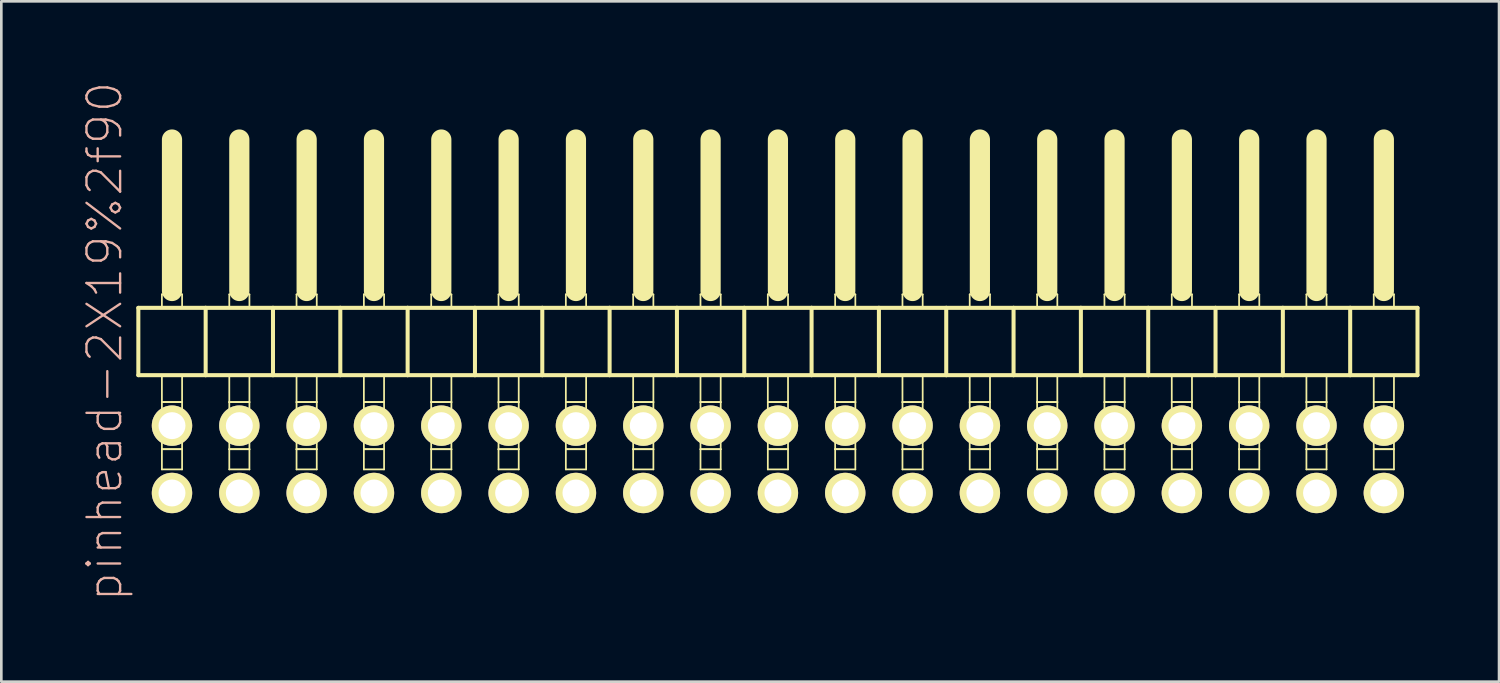
<source format=kicad_pcb>
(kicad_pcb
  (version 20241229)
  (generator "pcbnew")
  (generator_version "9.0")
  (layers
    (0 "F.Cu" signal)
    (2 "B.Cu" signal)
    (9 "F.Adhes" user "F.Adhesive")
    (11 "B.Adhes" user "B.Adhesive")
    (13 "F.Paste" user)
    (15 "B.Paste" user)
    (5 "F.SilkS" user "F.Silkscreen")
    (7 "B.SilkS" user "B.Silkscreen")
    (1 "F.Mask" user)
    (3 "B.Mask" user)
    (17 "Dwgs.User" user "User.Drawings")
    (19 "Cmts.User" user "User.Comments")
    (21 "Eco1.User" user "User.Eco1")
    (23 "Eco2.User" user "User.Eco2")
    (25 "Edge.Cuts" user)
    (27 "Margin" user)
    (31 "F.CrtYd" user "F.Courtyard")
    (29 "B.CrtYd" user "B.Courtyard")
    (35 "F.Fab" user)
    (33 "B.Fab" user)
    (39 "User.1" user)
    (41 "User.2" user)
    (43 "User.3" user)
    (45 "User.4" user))
  (footprint "pinhead-2X19%2f90"
    (layer "F.Cu")
    (at 26.299 9.199)
    (property "Reference" "pinhead-2X19%2f90" (at -25.4 0.635 90) (layer "B.SilkS") (effects (font (size 1.27 1.27) (thickness 0.089))))
    (attr exclude_from_pos_files exclude_from_bom)
    (fp_line (start -24.13 -0.635) (end -24.13 1.905) (stroke (width 0.152) (type solid)) (layer "F.SilkS"))
    (fp_line (start -24.13 1.905) (end -21.59 1.905) (stroke (width 0.152) (type solid)) (layer "F.SilkS"))
    (fp_line (start -23.241 -1.143) (end -22.479 -1.143) (stroke (width 0.066) (type solid)) (layer "F.SilkS"))
    (fp_line (start -23.241 -0.635) (end -23.241 -1.143) (stroke (width 0.066) (type solid)) (layer "F.SilkS"))
    (fp_line (start -23.241 -0.635) (end -22.479 -0.635) (stroke (width 0.066) (type solid)) (layer "F.SilkS"))
    (fp_line (start -23.241 1.905) (end -22.479 1.905) (stroke (width 0.066) (type solid)) (layer "F.SilkS"))
    (fp_line (start -23.241 2.921) (end -23.241 1.905) (stroke (width 0.066) (type solid)) (layer "F.SilkS"))
    (fp_line (start -23.241 2.921) (end -22.479 2.921) (stroke (width 0.066) (type solid)) (layer "F.SilkS"))
    (fp_line (start -23.241 2.921) (end -22.479 2.921) (stroke (width 0.066) (type solid)) (layer "F.SilkS"))
    (fp_line (start -23.241 4.699) (end -23.241 2.921) (stroke (width 0.066) (type solid)) (layer "F.SilkS"))
    (fp_line (start -23.241 4.699) (end -22.479 4.699) (stroke (width 0.066) (type solid)) (layer "F.SilkS"))
    (fp_line (start -23.241 4.699) (end -22.479 4.699) (stroke (width 0.066) (type solid)) (layer "F.SilkS"))
    (fp_line (start -23.241 5.461) (end -23.241 4.699) (stroke (width 0.066) (type solid)) (layer "F.SilkS"))
    (fp_line (start -23.241 5.461) (end -22.479 5.461) (stroke (width 0.066) (type solid)) (layer "F.SilkS"))
    (fp_line (start -22.86 -6.985) (end -22.86 -1.27) (stroke (width 0.762) (type solid)) (layer "F.SilkS"))
    (fp_line (start -22.479 -0.635) (end -22.479 -1.143) (stroke (width 0.066) (type solid)) (layer "F.SilkS"))
    (fp_line (start -22.479 2.921) (end -22.479 1.905) (stroke (width 0.066) (type solid)) (layer "F.SilkS"))
    (fp_line (start -22.479 4.699) (end -22.479 2.921) (stroke (width 0.066) (type solid)) (layer "F.SilkS"))
    (fp_line (start -22.479 5.461) (end -22.479 4.699) (stroke (width 0.066) (type solid)) (layer "F.SilkS"))
    (fp_line (start -21.59 -0.635) (end -24.13 -0.635) (stroke (width 0.152) (type solid)) (layer "F.SilkS"))
    (fp_line (start -21.59 1.905) (end -21.59 -0.635) (stroke (width 0.152) (type solid)) (layer "F.SilkS"))
    (fp_line (start -21.59 1.905) (end -19.05 1.905) (stroke (width 0.152) (type solid)) (layer "F.SilkS"))
    (fp_line (start -20.698 -1.143) (end -19.939 -1.143) (stroke (width 0.066) (type solid)) (layer "F.SilkS"))
    (fp_line (start -20.698 -0.635) (end -20.698 -1.143) (stroke (width 0.066) (type solid)) (layer "F.SilkS"))
    (fp_line (start -20.698 -0.635) (end -19.939 -0.635) (stroke (width 0.066) (type solid)) (layer "F.SilkS"))
    (fp_line (start -20.698 1.905) (end -19.939 1.905) (stroke (width 0.066) (type solid)) (layer "F.SilkS"))
    (fp_line (start -20.698 2.921) (end -20.698 1.905) (stroke (width 0.066) (type solid)) (layer "F.SilkS"))
    (fp_line (start -20.698 2.921) (end -19.939 2.921) (stroke (width 0.066) (type solid)) (layer "F.SilkS"))
    (fp_line (start -20.698 2.921) (end -19.939 2.921) (stroke (width 0.066) (type solid)) (layer "F.SilkS"))
    (fp_line (start -20.698 4.699) (end -20.698 2.921) (stroke (width 0.066) (type solid)) (layer "F.SilkS"))
    (fp_line (start -20.698 4.699) (end -19.939 4.699) (stroke (width 0.066) (type solid)) (layer "F.SilkS"))
    (fp_line (start -20.698 4.699) (end -19.939 4.699) (stroke (width 0.066) (type solid)) (layer "F.SilkS"))
    (fp_line (start -20.698 5.461) (end -20.698 4.699) (stroke (width 0.066) (type solid)) (layer "F.SilkS"))
    (fp_line (start -20.698 5.461) (end -19.939 5.461) (stroke (width 0.066) (type solid)) (layer "F.SilkS"))
    (fp_line (start -20.32 -6.985) (end -20.32 -1.27) (stroke (width 0.762) (type solid)) (layer "F.SilkS"))
    (fp_line (start -19.939 -0.635) (end -19.939 -1.143) (stroke (width 0.066) (type solid)) (layer "F.SilkS"))
    (fp_line (start -19.939 2.921) (end -19.939 1.905) (stroke (width 0.066) (type solid)) (layer "F.SilkS"))
    (fp_line (start -19.939 4.699) (end -19.939 2.921) (stroke (width 0.066) (type solid)) (layer "F.SilkS"))
    (fp_line (start -19.939 5.461) (end -19.939 4.699) (stroke (width 0.066) (type solid)) (layer "F.SilkS"))
    (fp_line (start -19.05 -0.635) (end -21.59 -0.635) (stroke (width 0.152) (type solid)) (layer "F.SilkS"))
    (fp_line (start -19.05 1.905) (end -19.05 -0.635) (stroke (width 0.152) (type solid)) (layer "F.SilkS"))
    (fp_line (start -19.05 1.905) (end -16.51 1.905) (stroke (width 0.152) (type solid)) (layer "F.SilkS"))
    (fp_line (start -18.161 -1.143) (end -17.399 -1.143) (stroke (width 0.066) (type solid)) (layer "F.SilkS"))
    (fp_line (start -18.161 -0.635) (end -18.161 -1.143) (stroke (width 0.066) (type solid)) (layer "F.SilkS"))
    (fp_line (start -18.161 -0.635) (end -17.399 -0.635) (stroke (width 0.066) (type solid)) (layer "F.SilkS"))
    (fp_line (start -18.161 1.905) (end -17.399 1.905) (stroke (width 0.066) (type solid)) (layer "F.SilkS"))
    (fp_line (start -18.161 2.921) (end -18.161 1.905) (stroke (width 0.066) (type solid)) (layer "F.SilkS"))
    (fp_line (start -18.161 2.921) (end -17.399 2.921) (stroke (width 0.066) (type solid)) (layer "F.SilkS"))
    (fp_line (start -18.161 2.921) (end -17.399 2.921) (stroke (width 0.066) (type solid)) (layer "F.SilkS"))
    (fp_line (start -18.161 4.699) (end -18.161 2.921) (stroke (width 0.066) (type solid)) (layer "F.SilkS"))
    (fp_line (start -18.161 4.699) (end -17.399 4.699) (stroke (width 0.066) (type solid)) (layer "F.SilkS"))
    (fp_line (start -18.161 4.699) (end -17.399 4.699) (stroke (width 0.066) (type solid)) (layer "F.SilkS"))
    (fp_line (start -18.161 5.461) (end -18.161 4.699) (stroke (width 0.066) (type solid)) (layer "F.SilkS"))
    (fp_line (start -18.161 5.461) (end -17.399 5.461) (stroke (width 0.066) (type solid)) (layer "F.SilkS"))
    (fp_line (start -17.78 -6.985) (end -17.78 -1.27) (stroke (width 0.762) (type solid)) (layer "F.SilkS"))
    (fp_line (start -17.399 -0.635) (end -17.399 -1.143) (stroke (width 0.066) (type solid)) (layer "F.SilkS"))
    (fp_line (start -17.399 2.921) (end -17.399 1.905) (stroke (width 0.066) (type solid)) (layer "F.SilkS"))
    (fp_line (start -17.399 4.699) (end -17.399 2.921) (stroke (width 0.066) (type solid)) (layer "F.SilkS"))
    (fp_line (start -17.399 5.461) (end -17.399 4.699) (stroke (width 0.066) (type solid)) (layer "F.SilkS"))
    (fp_line (start -16.51 -0.635) (end -19.05 -0.635) (stroke (width 0.152) (type solid)) (layer "F.SilkS"))
    (fp_line (start -16.51 1.905) (end -16.51 -0.635) (stroke (width 0.152) (type solid)) (layer "F.SilkS"))
    (fp_line (start -16.51 1.905) (end -13.97 1.905) (stroke (width 0.152) (type solid)) (layer "F.SilkS"))
    (fp_line (start -15.621 -1.143) (end -14.859 -1.143) (stroke (width 0.066) (type solid)) (layer "F.SilkS"))
    (fp_line (start -15.621 -0.635) (end -15.621 -1.143) (stroke (width 0.066) (type solid)) (layer "F.SilkS"))
    (fp_line (start -15.621 -0.635) (end -14.859 -0.635) (stroke (width 0.066) (type solid)) (layer "F.SilkS"))
    (fp_line (start -15.621 1.905) (end -14.859 1.905) (stroke (width 0.066) (type solid)) (layer "F.SilkS"))
    (fp_line (start -15.621 2.921) (end -15.621 1.905) (stroke (width 0.066) (type solid)) (layer "F.SilkS"))
    (fp_line (start -15.621 2.921) (end -14.859 2.921) (stroke (width 0.066) (type solid)) (layer "F.SilkS"))
    (fp_line (start -15.621 2.921) (end -14.859 2.921) (stroke (width 0.066) (type solid)) (layer "F.SilkS"))
    (fp_line (start -15.621 4.699) (end -15.621 2.921) (stroke (width 0.066) (type solid)) (layer "F.SilkS"))
    (fp_line (start -15.621 4.699) (end -14.859 4.699) (stroke (width 0.066) (type solid)) (layer "F.SilkS"))
    (fp_line (start -15.621 4.699) (end -14.859 4.699) (stroke (width 0.066) (type solid)) (layer "F.SilkS"))
    (fp_line (start -15.621 5.461) (end -15.621 4.699) (stroke (width 0.066) (type solid)) (layer "F.SilkS"))
    (fp_line (start -15.621 5.461) (end -14.859 5.461) (stroke (width 0.066) (type solid)) (layer "F.SilkS"))
    (fp_line (start -15.24 -6.985) (end -15.24 -1.27) (stroke (width 0.762) (type solid)) (layer "F.SilkS"))
    (fp_line (start -14.859 -0.635) (end -14.859 -1.143) (stroke (width 0.066) (type solid)) (layer "F.SilkS"))
    (fp_line (start -14.859 2.921) (end -14.859 1.905) (stroke (width 0.066) (type solid)) (layer "F.SilkS"))
    (fp_line (start -14.859 4.699) (end -14.859 2.921) (stroke (width 0.066) (type solid)) (layer "F.SilkS"))
    (fp_line (start -14.859 5.461) (end -14.859 4.699) (stroke (width 0.066) (type solid)) (layer "F.SilkS"))
    (fp_line (start -13.97 -0.635) (end -16.51 -0.635) (stroke (width 0.152) (type solid)) (layer "F.SilkS"))
    (fp_line (start -13.97 1.905) (end -13.97 -0.635) (stroke (width 0.152) (type solid)) (layer "F.SilkS"))
    (fp_line (start -13.97 1.905) (end -11.43 1.905) (stroke (width 0.152) (type solid)) (layer "F.SilkS"))
    (fp_line (start -13.081 -1.143) (end -12.319 -1.143) (stroke (width 0.066) (type solid)) (layer "F.SilkS"))
    (fp_line (start -13.081 -0.635) (end -13.081 -1.143) (stroke (width 0.066) (type solid)) (layer "F.SilkS"))
    (fp_line (start -13.081 -0.635) (end -12.319 -0.635) (stroke (width 0.066) (type solid)) (layer "F.SilkS"))
    (fp_line (start -13.081 1.905) (end -12.319 1.905) (stroke (width 0.066) (type solid)) (layer "F.SilkS"))
    (fp_line (start -13.081 2.921) (end -13.081 1.905) (stroke (width 0.066) (type solid)) (layer "F.SilkS"))
    (fp_line (start -13.081 2.921) (end -12.319 2.921) (stroke (width 0.066) (type solid)) (layer "F.SilkS"))
    (fp_line (start -13.081 2.921) (end -12.319 2.921) (stroke (width 0.066) (type solid)) (layer "F.SilkS"))
    (fp_line (start -13.081 4.699) (end -13.081 2.921) (stroke (width 0.066) (type solid)) (layer "F.SilkS"))
    (fp_line (start -13.081 4.699) (end -12.319 4.699) (stroke (width 0.066) (type solid)) (layer "F.SilkS"))
    (fp_line (start -13.081 4.699) (end -12.319 4.699) (stroke (width 0.066) (type solid)) (layer "F.SilkS"))
    (fp_line (start -13.081 5.461) (end -13.081 4.699) (stroke (width 0.066) (type solid)) (layer "F.SilkS"))
    (fp_line (start -13.081 5.461) (end -12.319 5.461) (stroke (width 0.066) (type solid)) (layer "F.SilkS"))
    (fp_line (start -12.7 -6.985) (end -12.7 -1.27) (stroke (width 0.762) (type solid)) (layer "F.SilkS"))
    (fp_line (start -12.319 -0.635) (end -12.319 -1.143) (stroke (width 0.066) (type solid)) (layer "F.SilkS"))
    (fp_line (start -12.319 2.921) (end -12.319 1.905) (stroke (width 0.066) (type solid)) (layer "F.SilkS"))
    (fp_line (start -12.319 4.699) (end -12.319 2.921) (stroke (width 0.066) (type solid)) (layer "F.SilkS"))
    (fp_line (start -12.319 5.461) (end -12.319 4.699) (stroke (width 0.066) (type solid)) (layer "F.SilkS"))
    (fp_line (start -11.43 -0.635) (end -13.97 -0.635) (stroke (width 0.152) (type solid)) (layer "F.SilkS"))
    (fp_line (start -11.43 1.905) (end -11.43 -0.635) (stroke (width 0.152) (type solid)) (layer "F.SilkS"))
    (fp_line (start -11.43 1.905) (end -8.89 1.905) (stroke (width 0.152) (type solid)) (layer "F.SilkS"))
    (fp_line (start -10.541 -1.143) (end -9.779 -1.143) (stroke (width 0.066) (type solid)) (layer "F.SilkS"))
    (fp_line (start -10.541 -0.635) (end -10.541 -1.143) (stroke (width 0.066) (type solid)) (layer "F.SilkS"))
    (fp_line (start -10.541 -0.635) (end -9.779 -0.635) (stroke (width 0.066) (type solid)) (layer "F.SilkS"))
    (fp_line (start -10.541 1.905) (end -9.779 1.905) (stroke (width 0.066) (type solid)) (layer "F.SilkS"))
    (fp_line (start -10.541 2.921) (end -10.541 1.905) (stroke (width 0.066) (type solid)) (layer "F.SilkS"))
    (fp_line (start -10.541 2.921) (end -9.779 2.921) (stroke (width 0.066) (type solid)) (layer "F.SilkS"))
    (fp_line (start -10.541 2.921) (end -9.779 2.921) (stroke (width 0.066) (type solid)) (layer "F.SilkS"))
    (fp_line (start -10.541 4.699) (end -10.541 2.921) (stroke (width 0.066) (type solid)) (layer "F.SilkS"))
    (fp_line (start -10.541 4.699) (end -9.779 4.699) (stroke (width 0.066) (type solid)) (layer "F.SilkS"))
    (fp_line (start -10.541 4.699) (end -9.779 4.699) (stroke (width 0.066) (type solid)) (layer "F.SilkS"))
    (fp_line (start -10.541 5.461) (end -10.541 4.699) (stroke (width 0.066) (type solid)) (layer "F.SilkS"))
    (fp_line (start -10.541 5.461) (end -9.779 5.461) (stroke (width 0.066) (type solid)) (layer "F.SilkS"))
    (fp_line (start -10.16 -6.985) (end -10.16 -1.27) (stroke (width 0.762) (type solid)) (layer "F.SilkS"))
    (fp_line (start -9.779 -0.635) (end -9.779 -1.143) (stroke (width 0.066) (type solid)) (layer "F.SilkS"))
    (fp_line (start -9.779 2.921) (end -9.779 1.905) (stroke (width 0.066) (type solid)) (layer "F.SilkS"))
    (fp_line (start -9.779 4.699) (end -9.779 2.921) (stroke (width 0.066) (type solid)) (layer "F.SilkS"))
    (fp_line (start -9.779 5.461) (end -9.779 4.699) (stroke (width 0.066) (type solid)) (layer "F.SilkS"))
    (fp_line (start -8.89 -0.635) (end -11.43 -0.635) (stroke (width 0.152) (type solid)) (layer "F.SilkS"))
    (fp_line (start -8.89 1.905) (end -8.89 -0.635) (stroke (width 0.152) (type solid)) (layer "F.SilkS"))
    (fp_line (start -8.89 1.905) (end -6.35 1.905) (stroke (width 0.152) (type solid)) (layer "F.SilkS"))
    (fp_line (start -8.001 -1.143) (end -7.236 -1.143) (stroke (width 0.066) (type solid)) (layer "F.SilkS"))
    (fp_line (start -8.001 -0.635) (end -8.001 -1.143) (stroke (width 0.066) (type solid)) (layer "F.SilkS"))
    (fp_line (start -8.001 -0.635) (end -7.236 -0.635) (stroke (width 0.066) (type solid)) (layer "F.SilkS"))
    (fp_line (start -8.001 1.905) (end -7.236 1.905) (stroke (width 0.066) (type solid)) (layer "F.SilkS"))
    (fp_line (start -8.001 2.921) (end -8.001 1.905) (stroke (width 0.066) (type solid)) (layer "F.SilkS"))
    (fp_line (start -8.001 2.921) (end -7.236 2.921) (stroke (width 0.066) (type solid)) (layer "F.SilkS"))
    (fp_line (start -8.001 2.921) (end -7.236 2.921) (stroke (width 0.066) (type solid)) (layer "F.SilkS"))
    (fp_line (start -8.001 4.699) (end -8.001 2.921) (stroke (width 0.066) (type solid)) (layer "F.SilkS"))
    (fp_line (start -8.001 4.699) (end -7.236 4.699) (stroke (width 0.066) (type solid)) (layer "F.SilkS"))
    (fp_line (start -8.001 4.699) (end -7.236 4.699) (stroke (width 0.066) (type solid)) (layer "F.SilkS"))
    (fp_line (start -8.001 5.461) (end -8.001 4.699) (stroke (width 0.066) (type solid)) (layer "F.SilkS"))
    (fp_line (start -8.001 5.461) (end -7.236 5.461) (stroke (width 0.066) (type solid)) (layer "F.SilkS"))
    (fp_line (start -7.62 -6.985) (end -7.62 -1.27) (stroke (width 0.762) (type solid)) (layer "F.SilkS"))
    (fp_line (start -7.236 -0.635) (end -7.236 -1.143) (stroke (width 0.066) (type solid)) (layer "F.SilkS"))
    (fp_line (start -7.236 2.921) (end -7.236 1.905) (stroke (width 0.066) (type solid)) (layer "F.SilkS"))
    (fp_line (start -7.236 4.699) (end -7.236 2.921) (stroke (width 0.066) (type solid)) (layer "F.SilkS"))
    (fp_line (start -7.236 5.461) (end -7.236 4.699) (stroke (width 0.066) (type solid)) (layer "F.SilkS"))
    (fp_line (start -6.35 -0.635) (end -8.89 -0.635) (stroke (width 0.152) (type solid)) (layer "F.SilkS"))
    (fp_line (start -6.35 1.905) (end -6.35 -0.635) (stroke (width 0.152) (type solid)) (layer "F.SilkS"))
    (fp_line (start -6.35 1.905) (end -3.81 1.905) (stroke (width 0.152) (type solid)) (layer "F.SilkS"))
    (fp_line (start -5.461 -1.143) (end -4.699 -1.143) (stroke (width 0.066) (type solid)) (layer "F.SilkS"))
    (fp_line (start -5.461 -0.635) (end -5.461 -1.143) (stroke (width 0.066) (type solid)) (layer "F.SilkS"))
    (fp_line (start -5.461 -0.635) (end -4.699 -0.635) (stroke (width 0.066) (type solid)) (layer "F.SilkS"))
    (fp_line (start -5.461 1.905) (end -4.699 1.905) (stroke (width 0.066) (type solid)) (layer "F.SilkS"))
    (fp_line (start -5.461 2.921) (end -5.461 1.905) (stroke (width 0.066) (type solid)) (layer "F.SilkS"))
    (fp_line (start -5.461 2.921) (end -4.699 2.921) (stroke (width 0.066) (type solid)) (layer "F.SilkS"))
    (fp_line (start -5.461 2.921) (end -4.699 2.921) (stroke (width 0.066) (type solid)) (layer "F.SilkS"))
    (fp_line (start -5.461 4.699) (end -5.461 2.921) (stroke (width 0.066) (type solid)) (layer "F.SilkS"))
    (fp_line (start -5.461 4.699) (end -4.699 4.699) (stroke (width 0.066) (type solid)) (layer "F.SilkS"))
    (fp_line (start -5.461 4.699) (end -4.699 4.699) (stroke (width 0.066) (type solid)) (layer "F.SilkS"))
    (fp_line (start -5.461 5.461) (end -5.461 4.699) (stroke (width 0.066) (type solid)) (layer "F.SilkS"))
    (fp_line (start -5.461 5.461) (end -4.699 5.461) (stroke (width 0.066) (type solid)) (layer "F.SilkS"))
    (fp_line (start -5.08 -6.985) (end -5.08 -1.27) (stroke (width 0.762) (type solid)) (layer "F.SilkS"))
    (fp_line (start -4.699 -0.635) (end -4.699 -1.143) (stroke (width 0.066) (type solid)) (layer "F.SilkS"))
    (fp_line (start -4.699 2.921) (end -4.699 1.905) (stroke (width 0.066) (type solid)) (layer "F.SilkS"))
    (fp_line (start -4.699 4.699) (end -4.699 2.921) (stroke (width 0.066) (type solid)) (layer "F.SilkS"))
    (fp_line (start -4.699 5.461) (end -4.699 4.699) (stroke (width 0.066) (type solid)) (layer "F.SilkS"))
    (fp_line (start -3.81 -0.635) (end -6.35 -0.635) (stroke (width 0.152) (type solid)) (layer "F.SilkS"))
    (fp_line (start -3.81 1.905) (end -3.81 -0.635) (stroke (width 0.152) (type solid)) (layer "F.SilkS"))
    (fp_line (start -3.81 1.905) (end -1.27 1.905) (stroke (width 0.152) (type solid)) (layer "F.SilkS"))
    (fp_line (start -2.921 -1.143) (end -2.159 -1.143) (stroke (width 0.066) (type solid)) (layer "F.SilkS"))
    (fp_line (start -2.921 -0.635) (end -2.921 -1.143) (stroke (width 0.066) (type solid)) (layer "F.SilkS"))
    (fp_line (start -2.921 -0.635) (end -2.159 -0.635) (stroke (width 0.066) (type solid)) (layer "F.SilkS"))
    (fp_line (start -2.921 1.905) (end -2.159 1.905) (stroke (width 0.066) (type solid)) (layer "F.SilkS"))
    (fp_line (start -2.921 2.921) (end -2.921 1.905) (stroke (width 0.066) (type solid)) (layer "F.SilkS"))
    (fp_line (start -2.921 2.921) (end -2.159 2.921) (stroke (width 0.066) (type solid)) (layer "F.SilkS"))
    (fp_line (start -2.921 2.921) (end -2.159 2.921) (stroke (width 0.066) (type solid)) (layer "F.SilkS"))
    (fp_line (start -2.921 4.699) (end -2.921 2.921) (stroke (width 0.066) (type solid)) (layer "F.SilkS"))
    (fp_line (start -2.921 4.699) (end -2.159 4.699) (stroke (width 0.066) (type solid)) (layer "F.SilkS"))
    (fp_line (start -2.921 4.699) (end -2.159 4.699) (stroke (width 0.066) (type solid)) (layer "F.SilkS"))
    (fp_line (start -2.921 5.461) (end -2.921 4.699) (stroke (width 0.066) (type solid)) (layer "F.SilkS"))
    (fp_line (start -2.921 5.461) (end -2.159 5.461) (stroke (width 0.066) (type solid)) (layer "F.SilkS"))
    (fp_line (start -2.54 -6.985) (end -2.54 -1.27) (stroke (width 0.762) (type solid)) (layer "F.SilkS"))
    (fp_line (start -2.159 -0.635) (end -2.159 -1.143) (stroke (width 0.066) (type solid)) (layer "F.SilkS"))
    (fp_line (start -2.159 2.921) (end -2.159 1.905) (stroke (width 0.066) (type solid)) (layer "F.SilkS"))
    (fp_line (start -2.159 4.699) (end -2.159 2.921) (stroke (width 0.066) (type solid)) (layer "F.SilkS"))
    (fp_line (start -2.159 5.461) (end -2.159 4.699) (stroke (width 0.066) (type solid)) (layer "F.SilkS"))
    (fp_line (start -1.27 -0.635) (end -3.81 -0.635) (stroke (width 0.152) (type solid)) (layer "F.SilkS"))
    (fp_line (start -1.27 1.905) (end -1.27 -0.635) (stroke (width 0.152) (type solid)) (layer "F.SilkS"))
    (fp_line (start -1.27 1.905) (end 1.27 1.905) (stroke (width 0.152) (type solid)) (layer "F.SilkS"))
    (fp_line (start -0.381 -1.143) (end 0.381 -1.143) (stroke (width 0.066) (type solid)) (layer "F.SilkS"))
    (fp_line (start -0.381 -0.635) (end -0.381 -1.143) (stroke (width 0.066) (type solid)) (layer "F.SilkS"))
    (fp_line (start -0.381 -0.635) (end 0.381 -0.635) (stroke (width 0.066) (type solid)) (layer "F.SilkS"))
    (fp_line (start -0.381 1.905) (end 0.381 1.905) (stroke (width 0.066) (type solid)) (layer "F.SilkS"))
    (fp_line (start -0.381 2.921) (end -0.381 1.905) (stroke (width 0.066) (type solid)) (layer "F.SilkS"))
    (fp_line (start -0.381 2.921) (end 0.381 2.921) (stroke (width 0.066) (type solid)) (layer "F.SilkS"))
    (fp_line (start -0.381 2.921) (end 0.381 2.921) (stroke (width 0.066) (type solid)) (layer "F.SilkS"))
    (fp_line (start -0.381 4.699) (end -0.381 2.921) (stroke (width 0.066) (type solid)) (layer "F.SilkS"))
    (fp_line (start -0.381 4.699) (end 0.381 4.699) (stroke (width 0.066) (type solid)) (layer "F.SilkS"))
    (fp_line (start -0.381 4.699) (end 0.381 4.699) (stroke (width 0.066) (type solid)) (layer "F.SilkS"))
    (fp_line (start -0.381 5.461) (end -0.381 4.699) (stroke (width 0.066) (type solid)) (layer "F.SilkS"))
    (fp_line (start -0.381 5.461) (end 0.381 5.461) (stroke (width 0.066) (type solid)) (layer "F.SilkS"))
    (fp_line (start 0 -6.985) (end 0 -1.27) (stroke (width 0.762) (type solid)) (layer "F.SilkS"))
    (fp_line (start 0.381 -0.635) (end 0.381 -1.143) (stroke (width 0.066) (type solid)) (layer "F.SilkS"))
    (fp_line (start 0.381 2.921) (end 0.381 1.905) (stroke (width 0.066) (type solid)) (layer "F.SilkS"))
    (fp_line (start 0.381 4.699) (end 0.381 2.921) (stroke (width 0.066) (type solid)) (layer "F.SilkS"))
    (fp_line (start 0.381 5.461) (end 0.381 4.699) (stroke (width 0.066) (type solid)) (layer "F.SilkS"))
    (fp_line (start 1.27 -0.635) (end -1.27 -0.635) (stroke (width 0.152) (type solid)) (layer "F.SilkS"))
    (fp_line (start 1.27 1.905) (end 1.27 -0.635) (stroke (width 0.152) (type solid)) (layer "F.SilkS"))
    (fp_line (start 1.27 1.905) (end 3.81 1.905) (stroke (width 0.152) (type solid)) (layer "F.SilkS"))
    (fp_line (start 2.159 -1.143) (end 2.921 -1.143) (stroke (width 0.066) (type solid)) (layer "F.SilkS"))
    (fp_line (start 2.159 -0.635) (end 2.159 -1.143) (stroke (width 0.066) (type solid)) (layer "F.SilkS"))
    (fp_line (start 2.159 -0.635) (end 2.921 -0.635) (stroke (width 0.066) (type solid)) (layer "F.SilkS"))
    (fp_line (start 2.159 1.905) (end 2.921 1.905) (stroke (width 0.066) (type solid)) (layer "F.SilkS"))
    (fp_line (start 2.159 2.921) (end 2.159 1.905) (stroke (width 0.066) (type solid)) (layer "F.SilkS"))
    (fp_line (start 2.159 2.921) (end 2.921 2.921) (stroke (width 0.066) (type solid)) (layer "F.SilkS"))
    (fp_line (start 2.159 2.921) (end 2.921 2.921) (stroke (width 0.066) (type solid)) (layer "F.SilkS"))
    (fp_line (start 2.159 4.699) (end 2.159 2.921) (stroke (width 0.066) (type solid)) (layer "F.SilkS"))
    (fp_line (start 2.159 4.699) (end 2.921 4.699) (stroke (width 0.066) (type solid)) (layer "F.SilkS"))
    (fp_line (start 2.159 4.699) (end 2.921 4.699) (stroke (width 0.066) (type solid)) (layer "F.SilkS"))
    (fp_line (start 2.159 5.461) (end 2.159 4.699) (stroke (width 0.066) (type solid)) (layer "F.SilkS"))
    (fp_line (start 2.159 5.461) (end 2.921 5.461) (stroke (width 0.066) (type solid)) (layer "F.SilkS"))
    (fp_line (start 2.54 -6.985) (end 2.54 -1.27) (stroke (width 0.762) (type solid)) (layer "F.SilkS"))
    (fp_line (start 2.921 -0.635) (end 2.921 -1.143) (stroke (width 0.066) (type solid)) (layer "F.SilkS"))
    (fp_line (start 2.921 2.921) (end 2.921 1.905) (stroke (width 0.066) (type solid)) (layer "F.SilkS"))
    (fp_line (start 2.921 4.699) (end 2.921 2.921) (stroke (width 0.066) (type solid)) (layer "F.SilkS"))
    (fp_line (start 2.921 5.461) (end 2.921 4.699) (stroke (width 0.066) (type solid)) (layer "F.SilkS"))
    (fp_line (start 3.81 -0.635) (end 1.27 -0.635) (stroke (width 0.152) (type solid)) (layer "F.SilkS"))
    (fp_line (start 3.81 1.905) (end 3.81 -0.635) (stroke (width 0.152) (type solid)) (layer "F.SilkS"))
    (fp_line (start 3.81 1.905) (end 6.35 1.905) (stroke (width 0.152) (type solid)) (layer "F.SilkS"))
    (fp_line (start 4.699 -1.143) (end 5.461 -1.143) (stroke (width 0.066) (type solid)) (layer "F.SilkS"))
    (fp_line (start 4.699 -0.635) (end 4.699 -1.143) (stroke (width 0.066) (type solid)) (layer "F.SilkS"))
    (fp_line (start 4.699 -0.635) (end 5.461 -0.635) (stroke (width 0.066) (type solid)) (layer "F.SilkS"))
    (fp_line (start 4.699 1.905) (end 5.461 1.905) (stroke (width 0.066) (type solid)) (layer "F.SilkS"))
    (fp_line (start 4.699 2.921) (end 4.699 1.905) (stroke (width 0.066) (type solid)) (layer "F.SilkS"))
    (fp_line (start 4.699 2.921) (end 5.461 2.921) (stroke (width 0.066) (type solid)) (layer "F.SilkS"))
    (fp_line (start 4.699 2.921) (end 5.461 2.921) (stroke (width 0.066) (type solid)) (layer "F.SilkS"))
    (fp_line (start 4.699 4.699) (end 4.699 2.921) (stroke (width 0.066) (type solid)) (layer "F.SilkS"))
    (fp_line (start 4.699 4.699) (end 5.461 4.699) (stroke (width 0.066) (type solid)) (layer "F.SilkS"))
    (fp_line (start 4.699 4.699) (end 5.461 4.699) (stroke (width 0.066) (type solid)) (layer "F.SilkS"))
    (fp_line (start 4.699 5.461) (end 4.699 4.699) (stroke (width 0.066) (type solid)) (layer "F.SilkS"))
    (fp_line (start 4.699 5.461) (end 5.461 5.461) (stroke (width 0.066) (type solid)) (layer "F.SilkS"))
    (fp_line (start 5.08 -6.985) (end 5.08 -1.27) (stroke (width 0.762) (type solid)) (layer "F.SilkS"))
    (fp_line (start 5.461 -0.635) (end 5.461 -1.143) (stroke (width 0.066) (type solid)) (layer "F.SilkS"))
    (fp_line (start 5.461 2.921) (end 5.461 1.905) (stroke (width 0.066) (type solid)) (layer "F.SilkS"))
    (fp_line (start 5.461 4.699) (end 5.461 2.921) (stroke (width 0.066) (type solid)) (layer "F.SilkS"))
    (fp_line (start 5.461 5.461) (end 5.461 4.699) (stroke (width 0.066) (type solid)) (layer "F.SilkS"))
    (fp_line (start 6.35 -0.635) (end 3.81 -0.635) (stroke (width 0.152) (type solid)) (layer "F.SilkS"))
    (fp_line (start 6.35 1.905) (end 6.35 -0.635) (stroke (width 0.152) (type solid)) (layer "F.SilkS"))
    (fp_line (start 6.35 1.905) (end 8.89 1.905) (stroke (width 0.152) (type solid)) (layer "F.SilkS"))
    (fp_line (start 7.236 -1.143) (end 8.001 -1.143) (stroke (width 0.066) (type solid)) (layer "F.SilkS"))
    (fp_line (start 7.236 -0.635) (end 7.236 -1.143) (stroke (width 0.066) (type solid)) (layer "F.SilkS"))
    (fp_line (start 7.236 -0.635) (end 8.001 -0.635) (stroke (width 0.066) (type solid)) (layer "F.SilkS"))
    (fp_line (start 7.236 1.905) (end 8.001 1.905) (stroke (width 0.066) (type solid)) (layer "F.SilkS"))
    (fp_line (start 7.236 2.921) (end 7.236 1.905) (stroke (width 0.066) (type solid)) (layer "F.SilkS"))
    (fp_line (start 7.236 2.921) (end 8.001 2.921) (stroke (width 0.066) (type solid)) (layer "F.SilkS"))
    (fp_line (start 7.236 2.921) (end 8.001 2.921) (stroke (width 0.066) (type solid)) (layer "F.SilkS"))
    (fp_line (start 7.236 4.699) (end 7.236 2.921) (stroke (width 0.066) (type solid)) (layer "F.SilkS"))
    (fp_line (start 7.236 4.699) (end 8.001 4.699) (stroke (width 0.066) (type solid)) (layer "F.SilkS"))
    (fp_line (start 7.236 4.699) (end 8.001 4.699) (stroke (width 0.066) (type solid)) (layer "F.SilkS"))
    (fp_line (start 7.236 5.461) (end 7.236 4.699) (stroke (width 0.066) (type solid)) (layer "F.SilkS"))
    (fp_line (start 7.236 5.461) (end 8.001 5.461) (stroke (width 0.066) (type solid)) (layer "F.SilkS"))
    (fp_line (start 7.62 -6.985) (end 7.62 -1.27) (stroke (width 0.762) (type solid)) (layer "F.SilkS"))
    (fp_line (start 8.001 -0.635) (end 8.001 -1.143) (stroke (width 0.066) (type solid)) (layer "F.SilkS"))
    (fp_line (start 8.001 2.921) (end 8.001 1.905) (stroke (width 0.066) (type solid)) (layer "F.SilkS"))
    (fp_line (start 8.001 4.699) (end 8.001 2.921) (stroke (width 0.066) (type solid)) (layer "F.SilkS"))
    (fp_line (start 8.001 5.461) (end 8.001 4.699) (stroke (width 0.066) (type solid)) (layer "F.SilkS"))
    (fp_line (start 8.89 -0.635) (end 6.35 -0.635) (stroke (width 0.152) (type solid)) (layer "F.SilkS"))
    (fp_line (start 8.89 1.905) (end 8.89 -0.635) (stroke (width 0.152) (type solid)) (layer "F.SilkS"))
    (fp_line (start 8.89 1.905) (end 11.43 1.905) (stroke (width 0.152) (type solid)) (layer "F.SilkS"))
    (fp_line (start 9.779 -1.143) (end 10.541 -1.143) (stroke (width 0.066) (type solid)) (layer "F.SilkS"))
    (fp_line (start 9.779 -0.635) (end 9.779 -1.143) (stroke (width 0.066) (type solid)) (layer "F.SilkS"))
    (fp_line (start 9.779 -0.635) (end 10.541 -0.635) (stroke (width 0.066) (type solid)) (layer "F.SilkS"))
    (fp_line (start 9.779 1.905) (end 10.541 1.905) (stroke (width 0.066) (type solid)) (layer "F.SilkS"))
    (fp_line (start 9.779 2.921) (end 9.779 1.905) (stroke (width 0.066) (type solid)) (layer "F.SilkS"))
    (fp_line (start 9.779 2.921) (end 10.541 2.921) (stroke (width 0.066) (type solid)) (layer "F.SilkS"))
    (fp_line (start 9.779 2.921) (end 10.541 2.921) (stroke (width 0.066) (type solid)) (layer "F.SilkS"))
    (fp_line (start 9.779 4.699) (end 9.779 2.921) (stroke (width 0.066) (type solid)) (layer "F.SilkS"))
    (fp_line (start 9.779 4.699) (end 10.541 4.699) (stroke (width 0.066) (type solid)) (layer "F.SilkS"))
    (fp_line (start 9.779 4.699) (end 10.541 4.699) (stroke (width 0.066) (type solid)) (layer "F.SilkS"))
    (fp_line (start 9.779 5.461) (end 9.779 4.699) (stroke (width 0.066) (type solid)) (layer "F.SilkS"))
    (fp_line (start 9.779 5.461) (end 10.541 5.461) (stroke (width 0.066) (type solid)) (layer "F.SilkS"))
    (fp_line (start 10.16 -6.985) (end 10.16 -1.27) (stroke (width 0.762) (type solid)) (layer "F.SilkS"))
    (fp_line (start 10.541 -0.635) (end 10.541 -1.143) (stroke (width 0.066) (type solid)) (layer "F.SilkS"))
    (fp_line (start 10.541 2.921) (end 10.541 1.905) (stroke (width 0.066) (type solid)) (layer "F.SilkS"))
    (fp_line (start 10.541 4.699) (end 10.541 2.921) (stroke (width 0.066) (type solid)) (layer "F.SilkS"))
    (fp_line (start 10.541 5.461) (end 10.541 4.699) (stroke (width 0.066) (type solid)) (layer "F.SilkS"))
    (fp_line (start 11.43 -0.635) (end 8.89 -0.635) (stroke (width 0.152) (type solid)) (layer "F.SilkS"))
    (fp_line (start 11.43 1.905) (end 11.43 -0.635) (stroke (width 0.152) (type solid)) (layer "F.SilkS"))
    (fp_line (start 11.43 1.905) (end 13.97 1.905) (stroke (width 0.152) (type solid)) (layer "F.SilkS"))
    (fp_line (start 12.319 -1.143) (end 13.081 -1.143) (stroke (width 0.066) (type solid)) (layer "F.SilkS"))
    (fp_line (start 12.319 -0.635) (end 12.319 -1.143) (stroke (width 0.066) (type solid)) (layer "F.SilkS"))
    (fp_line (start 12.319 -0.635) (end 13.081 -0.635) (stroke (width 0.066) (type solid)) (layer "F.SilkS"))
    (fp_line (start 12.319 1.905) (end 13.081 1.905) (stroke (width 0.066) (type solid)) (layer "F.SilkS"))
    (fp_line (start 12.319 2.921) (end 12.319 1.905) (stroke (width 0.066) (type solid)) (layer "F.SilkS"))
    (fp_line (start 12.319 2.921) (end 13.081 2.921) (stroke (width 0.066) (type solid)) (layer "F.SilkS"))
    (fp_line (start 12.319 2.921) (end 13.081 2.921) (stroke (width 0.066) (type solid)) (layer "F.SilkS"))
    (fp_line (start 12.319 4.699) (end 12.319 2.921) (stroke (width 0.066) (type solid)) (layer "F.SilkS"))
    (fp_line (start 12.319 4.699) (end 13.081 4.699) (stroke (width 0.066) (type solid)) (layer "F.SilkS"))
    (fp_line (start 12.319 4.699) (end 13.081 4.699) (stroke (width 0.066) (type solid)) (layer "F.SilkS"))
    (fp_line (start 12.319 5.461) (end 12.319 4.699) (stroke (width 0.066) (type solid)) (layer "F.SilkS"))
    (fp_line (start 12.319 5.461) (end 13.081 5.461) (stroke (width 0.066) (type solid)) (layer "F.SilkS"))
    (fp_line (start 12.7 -6.985) (end 12.7 -1.27) (stroke (width 0.762) (type solid)) (layer "F.SilkS"))
    (fp_line (start 13.081 -0.635) (end 13.081 -1.143) (stroke (width 0.066) (type solid)) (layer "F.SilkS"))
    (fp_line (start 13.081 2.921) (end 13.081 1.905) (stroke (width 0.066) (type solid)) (layer "F.SilkS"))
    (fp_line (start 13.081 4.699) (end 13.081 2.921) (stroke (width 0.066) (type solid)) (layer "F.SilkS"))
    (fp_line (start 13.081 5.461) (end 13.081 4.699) (stroke (width 0.066) (type solid)) (layer "F.SilkS"))
    (fp_line (start 13.97 -0.635) (end 11.43 -0.635) (stroke (width 0.152) (type solid)) (layer "F.SilkS"))
    (fp_line (start 13.97 1.905) (end 13.97 -0.635) (stroke (width 0.152) (type solid)) (layer "F.SilkS"))
    (fp_line (start 13.97 1.905) (end 16.51 1.905) (stroke (width 0.152) (type solid)) (layer "F.SilkS"))
    (fp_line (start 14.859 -1.143) (end 15.621 -1.143) (stroke (width 0.066) (type solid)) (layer "F.SilkS"))
    (fp_line (start 14.859 -0.635) (end 14.859 -1.143) (stroke (width 0.066) (type solid)) (layer "F.SilkS"))
    (fp_line (start 14.859 -0.635) (end 15.621 -0.635) (stroke (width 0.066) (type solid)) (layer "F.SilkS"))
    (fp_line (start 14.859 1.905) (end 15.621 1.905) (stroke (width 0.066) (type solid)) (layer "F.SilkS"))
    (fp_line (start 14.859 2.921) (end 14.859 1.905) (stroke (width 0.066) (type solid)) (layer "F.SilkS"))
    (fp_line (start 14.859 2.921) (end 15.621 2.921) (stroke (width 0.066) (type solid)) (layer "F.SilkS"))
    (fp_line (start 14.859 2.921) (end 15.621 2.921) (stroke (width 0.066) (type solid)) (layer "F.SilkS"))
    (fp_line (start 14.859 4.699) (end 14.859 2.921) (stroke (width 0.066) (type solid)) (layer "F.SilkS"))
    (fp_line (start 14.859 4.699) (end 15.621 4.699) (stroke (width 0.066) (type solid)) (layer "F.SilkS"))
    (fp_line (start 14.859 4.699) (end 15.621 4.699) (stroke (width 0.066) (type solid)) (layer "F.SilkS"))
    (fp_line (start 14.859 5.461) (end 14.859 4.699) (stroke (width 0.066) (type solid)) (layer "F.SilkS"))
    (fp_line (start 14.859 5.461) (end 15.621 5.461) (stroke (width 0.066) (type solid)) (layer "F.SilkS"))
    (fp_line (start 15.24 -6.985) (end 15.24 -1.27) (stroke (width 0.762) (type solid)) (layer "F.SilkS"))
    (fp_line (start 15.621 -0.635) (end 15.621 -1.143) (stroke (width 0.066) (type solid)) (layer "F.SilkS"))
    (fp_line (start 15.621 2.921) (end 15.621 1.905) (stroke (width 0.066) (type solid)) (layer "F.SilkS"))
    (fp_line (start 15.621 4.699) (end 15.621 2.921) (stroke (width 0.066) (type solid)) (layer "F.SilkS"))
    (fp_line (start 15.621 5.461) (end 15.621 4.699) (stroke (width 0.066) (type solid)) (layer "F.SilkS"))
    (fp_line (start 16.51 -0.635) (end 13.97 -0.635) (stroke (width 0.152) (type solid)) (layer "F.SilkS"))
    (fp_line (start 16.51 1.905) (end 16.51 -0.635) (stroke (width 0.152) (type solid)) (layer "F.SilkS"))
    (fp_line (start 16.51 1.905) (end 19.05 1.905) (stroke (width 0.152) (type solid)) (layer "F.SilkS"))
    (fp_line (start 17.399 -1.143) (end 18.161 -1.143) (stroke (width 0.066) (type solid)) (layer "F.SilkS"))
    (fp_line (start 17.399 -0.635) (end 17.399 -1.143) (stroke (width 0.066) (type solid)) (layer "F.SilkS"))
    (fp_line (start 17.399 -0.635) (end 18.161 -0.635) (stroke (width 0.066) (type solid)) (layer "F.SilkS"))
    (fp_line (start 17.399 1.905) (end 18.161 1.905) (stroke (width 0.066) (type solid)) (layer "F.SilkS"))
    (fp_line (start 17.399 2.921) (end 17.399 1.905) (stroke (width 0.066) (type solid)) (layer "F.SilkS"))
    (fp_line (start 17.399 2.921) (end 18.161 2.921) (stroke (width 0.066) (type solid)) (layer "F.SilkS"))
    (fp_line (start 17.399 2.921) (end 18.161 2.921) (stroke (width 0.066) (type solid)) (layer "F.SilkS"))
    (fp_line (start 17.399 4.699) (end 17.399 2.921) (stroke (width 0.066) (type solid)) (layer "F.SilkS"))
    (fp_line (start 17.399 4.699) (end 18.161 4.699) (stroke (width 0.066) (type solid)) (layer "F.SilkS"))
    (fp_line (start 17.399 4.699) (end 18.161 4.699) (stroke (width 0.066) (type solid)) (layer "F.SilkS"))
    (fp_line (start 17.399 5.461) (end 17.399 4.699) (stroke (width 0.066) (type solid)) (layer "F.SilkS"))
    (fp_line (start 17.399 5.461) (end 18.161 5.461) (stroke (width 0.066) (type solid)) (layer "F.SilkS"))
    (fp_line (start 17.78 -6.985) (end 17.78 -1.27) (stroke (width 0.762) (type solid)) (layer "F.SilkS"))
    (fp_line (start 18.161 -0.635) (end 18.161 -1.143) (stroke (width 0.066) (type solid)) (layer "F.SilkS"))
    (fp_line (start 18.161 2.921) (end 18.161 1.905) (stroke (width 0.066) (type solid)) (layer "F.SilkS"))
    (fp_line (start 18.161 4.699) (end 18.161 2.921) (stroke (width 0.066) (type solid)) (layer "F.SilkS"))
    (fp_line (start 18.161 5.461) (end 18.161 4.699) (stroke (width 0.066) (type solid)) (layer "F.SilkS"))
    (fp_line (start 19.05 -0.635) (end 16.51 -0.635) (stroke (width 0.152) (type solid)) (layer "F.SilkS"))
    (fp_line (start 19.05 1.905) (end 19.05 -0.635) (stroke (width 0.152) (type solid)) (layer "F.SilkS"))
    (fp_line (start 19.05 1.905) (end 21.59 1.905) (stroke (width 0.152) (type solid)) (layer "F.SilkS"))
    (fp_line (start 19.939 -1.143) (end 20.698 -1.143) (stroke (width 0.066) (type solid)) (layer "F.SilkS"))
    (fp_line (start 19.939 -0.635) (end 19.939 -1.143) (stroke (width 0.066) (type solid)) (layer "F.SilkS"))
    (fp_line (start 19.939 -0.635) (end 20.698 -0.635) (stroke (width 0.066) (type solid)) (layer "F.SilkS"))
    (fp_line (start 19.939 1.905) (end 20.698 1.905) (stroke (width 0.066) (type solid)) (layer "F.SilkS"))
    (fp_line (start 19.939 2.921) (end 19.939 1.905) (stroke (width 0.066) (type solid)) (layer "F.SilkS"))
    (fp_line (start 19.939 2.921) (end 20.698 2.921) (stroke (width 0.066) (type solid)) (layer "F.SilkS"))
    (fp_line (start 19.939 2.921) (end 20.698 2.921) (stroke (width 0.066) (type solid)) (layer "F.SilkS"))
    (fp_line (start 19.939 4.699) (end 19.939 2.921) (stroke (width 0.066) (type solid)) (layer "F.SilkS"))
    (fp_line (start 19.939 4.699) (end 20.698 4.699) (stroke (width 0.066) (type solid)) (layer "F.SilkS"))
    (fp_line (start 19.939 4.699) (end 20.698 4.699) (stroke (width 0.066) (type solid)) (layer "F.SilkS"))
    (fp_line (start 19.939 5.461) (end 19.939 4.699) (stroke (width 0.066) (type solid)) (layer "F.SilkS"))
    (fp_line (start 19.939 5.461) (end 20.698 5.461) (stroke (width 0.066) (type solid)) (layer "F.SilkS"))
    (fp_line (start 20.32 -6.985) (end 20.32 -1.27) (stroke (width 0.762) (type solid)) (layer "F.SilkS"))
    (fp_line (start 20.698 -0.635) (end 20.698 -1.143) (stroke (width 0.066) (type solid)) (layer "F.SilkS"))
    (fp_line (start 20.698 2.921) (end 20.698 1.905) (stroke (width 0.066) (type solid)) (layer "F.SilkS"))
    (fp_line (start 20.698 4.699) (end 20.698 2.921) (stroke (width 0.066) (type solid)) (layer "F.SilkS"))
    (fp_line (start 20.698 5.461) (end 20.698 4.699) (stroke (width 0.066) (type solid)) (layer "F.SilkS"))
    (fp_line (start 21.59 -0.635) (end 19.05 -0.635) (stroke (width 0.152) (type solid)) (layer "F.SilkS"))
    (fp_line (start 21.59 1.905) (end 21.59 -0.635) (stroke (width 0.152) (type solid)) (layer "F.SilkS"))
    (fp_line (start 21.59 1.905) (end 24.13 1.905) (stroke (width 0.152) (type solid)) (layer "F.SilkS"))
    (fp_line (start 22.479 -1.143) (end 23.241 -1.143) (stroke (width 0.066) (type solid)) (layer "F.SilkS"))
    (fp_line (start 22.479 -0.635) (end 22.479 -1.143) (stroke (width 0.066) (type solid)) (layer "F.SilkS"))
    (fp_line (start 22.479 -0.635) (end 23.241 -0.635) (stroke (width 0.066) (type solid)) (layer "F.SilkS"))
    (fp_line (start 22.479 1.905) (end 23.241 1.905) (stroke (width 0.066) (type solid)) (layer "F.SilkS"))
    (fp_line (start 22.479 2.921) (end 22.479 1.905) (stroke (width 0.066) (type solid)) (layer "F.SilkS"))
    (fp_line (start 22.479 2.921) (end 23.241 2.921) (stroke (width 0.066) (type solid)) (layer "F.SilkS"))
    (fp_line (start 22.479 2.921) (end 23.241 2.921) (stroke (width 0.066) (type solid)) (layer "F.SilkS"))
    (fp_line (start 22.479 4.699) (end 22.479 2.921) (stroke (width 0.066) (type solid)) (layer "F.SilkS"))
    (fp_line (start 22.479 4.699) (end 23.241 4.699) (stroke (width 0.066) (type solid)) (layer "F.SilkS"))
    (fp_line (start 22.479 4.699) (end 23.241 4.699) (stroke (width 0.066) (type solid)) (layer "F.SilkS"))
    (fp_line (start 22.479 5.461) (end 22.479 4.699) (stroke (width 0.066) (type solid)) (layer "F.SilkS"))
    (fp_line (start 22.479 5.461) (end 23.241 5.461) (stroke (width 0.066) (type solid)) (layer "F.SilkS"))
    (fp_line (start 22.86 -6.985) (end 22.86 -1.27) (stroke (width 0.762) (type solid)) (layer "F.SilkS"))
    (fp_line (start 23.241 -0.635) (end 23.241 -1.143) (stroke (width 0.066) (type solid)) (layer "F.SilkS"))
    (fp_line (start 23.241 2.921) (end 23.241 1.905) (stroke (width 0.066) (type solid)) (layer "F.SilkS"))
    (fp_line (start 23.241 4.699) (end 23.241 2.921) (stroke (width 0.066) (type solid)) (layer "F.SilkS"))
    (fp_line (start 23.241 5.461) (end 23.241 4.699) (stroke (width 0.066) (type solid)) (layer "F.SilkS"))
    (fp_line (start 24.13 -0.635) (end 21.59 -0.635) (stroke (width 0.152) (type solid)) (layer "F.SilkS"))
    (fp_line (start 24.13 1.905) (end 24.13 -0.635) (stroke (width 0.152) (type solid)) (layer "F.SilkS"))
    (pad "1" thru_hole circle (at -22.86 6.35) (size 1.524 1.524) (drill 1.016) (layers "*.Cu" "F.Mask" "F.SilkS" "F.Paste"))
    (pad "2" thru_hole circle (at -22.86 3.81) (size 1.524 1.524) (drill 1.016) (layers "*.Cu" "F.Mask" "F.SilkS" "F.Paste"))
    (pad "3" thru_hole circle (at -20.32 6.35) (size 1.524 1.524) (drill 1.016) (layers "*.Cu" "F.Mask" "F.SilkS" "F.Paste"))
    (pad "4" thru_hole circle (at -20.32 3.81) (size 1.524 1.524) (drill 1.016) (layers "*.Cu" "F.Mask" "F.SilkS" "F.Paste"))
    (pad "5" thru_hole circle (at -17.78 6.35) (size 1.524 1.524) (drill 1.016) (layers "*.Cu" "F.Mask" "F.SilkS" "F.Paste"))
    (pad "6" thru_hole circle (at -17.78 3.81) (size 1.524 1.524) (drill 1.016) (layers "*.Cu" "F.Mask" "F.SilkS" "F.Paste"))
    (pad "7" thru_hole circle (at -15.24 6.35) (size 1.524 1.524) (drill 1.016) (layers "*.Cu" "F.Mask" "F.SilkS" "F.Paste"))
    (pad "8" thru_hole circle (at -15.24 3.81) (size 1.524 1.524) (drill 1.016) (layers "*.Cu" "F.Mask" "F.SilkS" "F.Paste"))
    (pad "9" thru_hole circle (at -12.7 6.35) (size 1.524 1.524) (drill 1.016) (layers "*.Cu" "F.Mask" "F.SilkS" "F.Paste"))
    (pad "10" thru_hole circle (at -12.7 3.81) (size 1.524 1.524) (drill 1.016) (layers "*.Cu" "F.Mask" "F.SilkS" "F.Paste"))
    (pad "11" thru_hole circle (at -10.16 6.35) (size 1.524 1.524) (drill 1.016) (layers "*.Cu" "F.Mask" "F.SilkS" "F.Paste"))
    (pad "12" thru_hole circle (at -10.16 3.81) (size 1.524 1.524) (drill 1.016) (layers "*.Cu" "F.Mask" "F.SilkS" "F.Paste"))
    (pad "13" thru_hole circle (at -7.62 6.35) (size 1.524 1.524) (drill 1.016) (layers "*.Cu" "F.Mask" "F.SilkS" "F.Paste"))
    (pad "14" thru_hole circle (at -7.62 3.81) (size 1.524 1.524) (drill 1.016) (layers "*.Cu" "F.Mask" "F.SilkS" "F.Paste"))
    (pad "15" thru_hole circle (at -5.08 6.35) (size 1.524 1.524) (drill 1.016) (layers "*.Cu" "F.Mask" "F.SilkS" "F.Paste"))
    (pad "16" thru_hole circle (at -5.08 3.81) (size 1.524 1.524) (drill 1.016) (layers "*.Cu" "F.Mask" "F.SilkS" "F.Paste"))
    (pad "17" thru_hole circle (at -2.54 6.35) (size 1.524 1.524) (drill 1.016) (layers "*.Cu" "F.Mask" "F.SilkS" "F.Paste"))
    (pad "18" thru_hole circle (at -2.54 3.81) (size 1.524 1.524) (drill 1.016) (layers "*.Cu" "F.Mask" "F.SilkS" "F.Paste"))
    (pad "19" thru_hole circle (at 0 6.35) (size 1.524 1.524) (drill 1.016) (layers "*.Cu" "F.Mask" "F.SilkS" "F.Paste"))
    (pad "20" thru_hole circle (at 0 3.81) (size 1.524 1.524) (drill 1.016) (layers "*.Cu" "F.Mask" "F.SilkS" "F.Paste"))
    (pad "21" thru_hole circle (at 2.54 6.35) (size 1.524 1.524) (drill 1.016) (layers "*.Cu" "F.Mask" "F.SilkS" "F.Paste"))
    (pad "22" thru_hole circle (at 2.54 3.81) (size 1.524 1.524) (drill 1.016) (layers "*.Cu" "F.Mask" "F.SilkS" "F.Paste"))
    (pad "23" thru_hole circle (at 5.08 6.35) (size 1.524 1.524) (drill 1.016) (layers "*.Cu" "F.Mask" "F.SilkS" "F.Paste"))
    (pad "24" thru_hole circle (at 5.08 3.81) (size 1.524 1.524) (drill 1.016) (layers "*.Cu" "F.Mask" "F.SilkS" "F.Paste"))
    (pad "25" thru_hole circle (at 7.62 6.35) (size 1.524 1.524) (drill 1.016) (layers "*.Cu" "F.Mask" "F.SilkS" "F.Paste"))
    (pad "26" thru_hole circle (at 7.62 3.81) (size 1.524 1.524) (drill 1.016) (layers "*.Cu" "F.Mask" "F.SilkS" "F.Paste"))
    (pad "27" thru_hole circle (at 10.16 6.35) (size 1.524 1.524) (drill 1.016) (layers "*.Cu" "F.Mask" "F.SilkS" "F.Paste"))
    (pad "28" thru_hole circle (at 10.16 3.81) (size 1.524 1.524) (drill 1.016) (layers "*.Cu" "F.Mask" "F.SilkS" "F.Paste"))
    (pad "29" thru_hole circle (at 12.7 6.35) (size 1.524 1.524) (drill 1.016) (layers "*.Cu" "F.Mask" "F.SilkS" "F.Paste"))
    (pad "30" thru_hole circle (at 12.7 3.81) (size 1.524 1.524) (drill 1.016) (layers "*.Cu" "F.Mask" "F.SilkS" "F.Paste"))
    (pad "31" thru_hole circle (at 15.24 6.35) (size 1.524 1.524) (drill 1.016) (layers "*.Cu" "F.Mask" "F.SilkS" "F.Paste"))
    (pad "32" thru_hole circle (at 15.24 3.81) (size 1.524 1.524) (drill 1.016) (layers "*.Cu" "F.Mask" "F.SilkS" "F.Paste"))
    (pad "33" thru_hole circle (at 17.78 6.35) (size 1.524 1.524) (drill 1.016) (layers "*.Cu" "F.Mask" "F.SilkS" "F.Paste"))
    (pad "34" thru_hole circle (at 17.78 3.81) (size 1.524 1.524) (drill 1.016) (layers "*.Cu" "F.Mask" "F.SilkS" "F.Paste"))
    (pad "35" thru_hole circle (at 20.32 6.35) (size 1.524 1.524) (drill 1.016) (layers "*.Cu" "F.Mask" "F.SilkS" "F.Paste"))
    (pad "36" thru_hole circle (at 20.32 3.81) (size 1.524 1.524) (drill 1.016) (layers "*.Cu" "F.Mask" "F.SilkS" "F.Paste"))
    (pad "37" thru_hole circle (at 22.86 6.35) (size 1.524 1.524) (drill 1.016) (layers "*.Cu" "F.Mask" "F.SilkS" "F.Paste"))
    (pad "38" thru_hole circle (at 22.86 3.81) (size 1.524 1.524) (drill 1.016) (layers "*.Cu" "F.Mask" "F.SilkS" "F.Paste")))
  (gr_rect
    (start -3 -3)
    (end 53.505 22.667)
    (stroke (width 0.1) (type default))
    (fill no)
    (layer "Edge.Cuts")))
</source>
